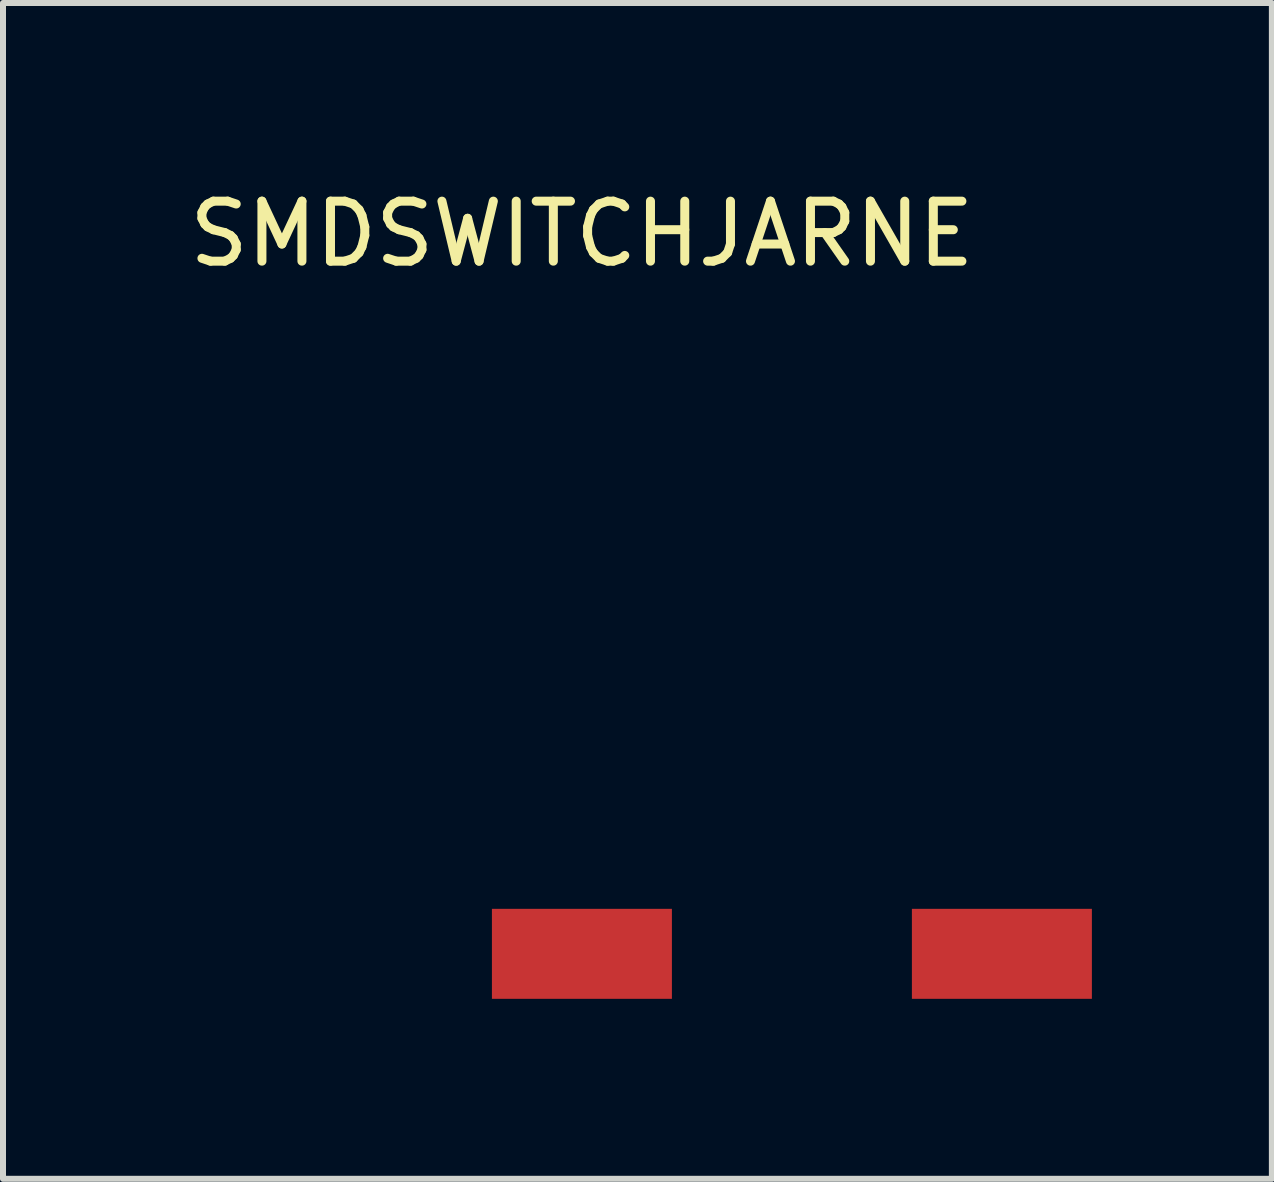
<source format=kicad_pcb>
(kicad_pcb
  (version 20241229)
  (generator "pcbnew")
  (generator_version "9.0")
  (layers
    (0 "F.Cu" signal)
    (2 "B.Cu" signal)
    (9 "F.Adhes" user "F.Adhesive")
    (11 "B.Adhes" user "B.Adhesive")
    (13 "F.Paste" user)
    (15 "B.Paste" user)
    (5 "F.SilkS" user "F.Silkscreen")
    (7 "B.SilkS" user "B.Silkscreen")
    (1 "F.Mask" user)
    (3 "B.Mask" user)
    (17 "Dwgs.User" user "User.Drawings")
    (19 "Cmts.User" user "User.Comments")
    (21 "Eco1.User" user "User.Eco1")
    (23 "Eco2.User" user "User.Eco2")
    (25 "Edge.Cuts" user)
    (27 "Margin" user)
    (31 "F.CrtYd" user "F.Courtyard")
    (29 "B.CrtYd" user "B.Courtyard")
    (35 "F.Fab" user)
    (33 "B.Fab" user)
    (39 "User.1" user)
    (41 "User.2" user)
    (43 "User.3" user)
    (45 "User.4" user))
  (footprint "SMDSWITCHJARNE"
    (layer "F.Cu")
    (at 6.649 12.848)
    (property "Reference" "SMDSWITCHJARNE" (at 0 -12 0) (layer "F.SilkS") (effects (font (size 1 1) (thickness 0.15))))
    (attr through_hole)
    (pad "1" smd rect (at 0 0) (size 3 1.5) (layers "F.Cu" "F.Mask" "F.Paste"))
    (pad "2" smd rect (at 7 0) (size 3 1.5) (layers "F.Cu" "F.Mask" "F.Paste")))
  (gr_rect
    (start -3 -3)
    (end 18.149 16.598)
    (stroke (width 0.1) (type default))
    (fill no)
    (layer "Edge.Cuts")))
</source>
